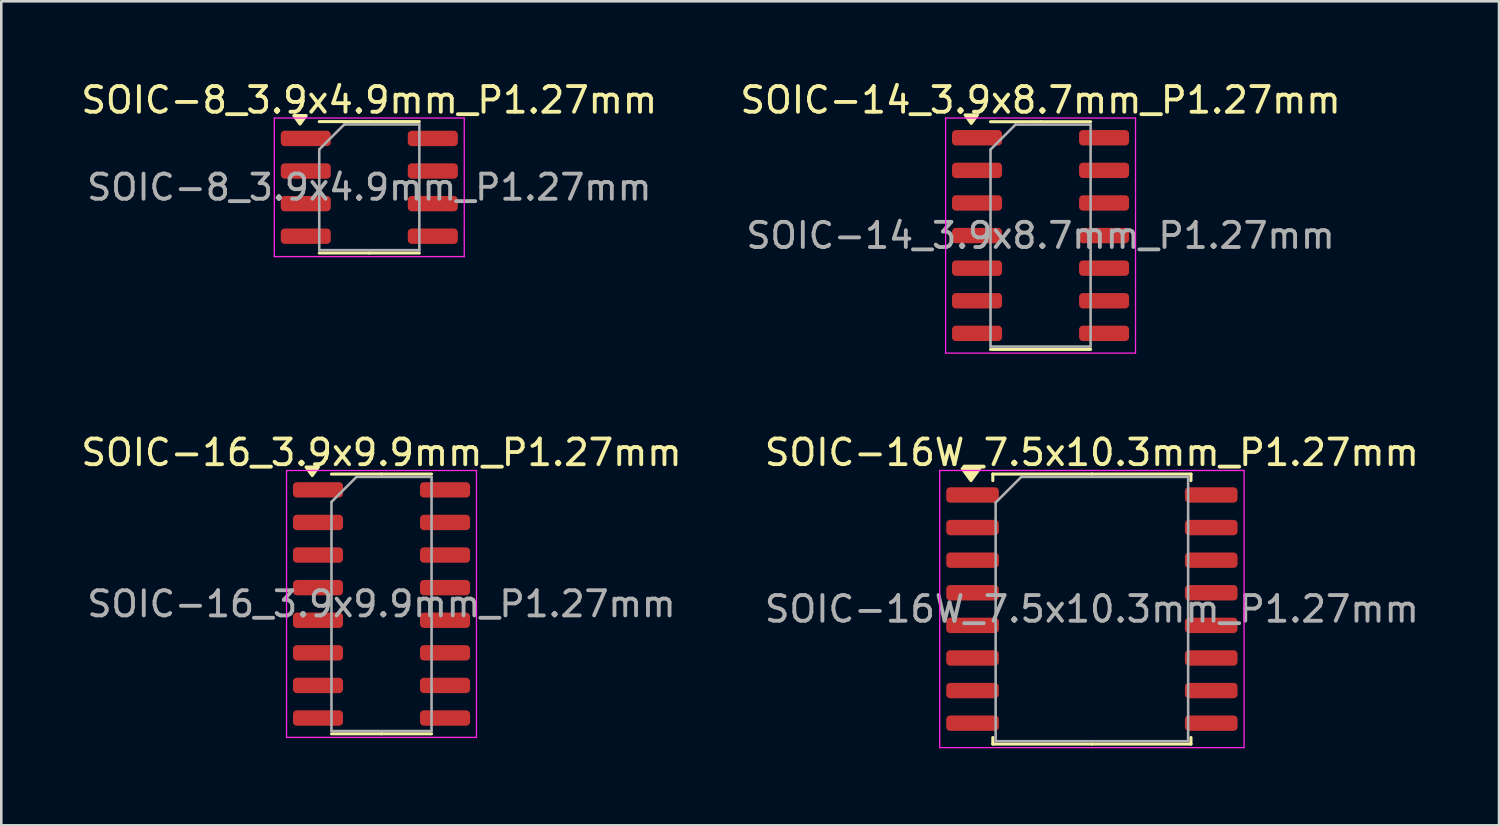
<source format=kicad_pcb>
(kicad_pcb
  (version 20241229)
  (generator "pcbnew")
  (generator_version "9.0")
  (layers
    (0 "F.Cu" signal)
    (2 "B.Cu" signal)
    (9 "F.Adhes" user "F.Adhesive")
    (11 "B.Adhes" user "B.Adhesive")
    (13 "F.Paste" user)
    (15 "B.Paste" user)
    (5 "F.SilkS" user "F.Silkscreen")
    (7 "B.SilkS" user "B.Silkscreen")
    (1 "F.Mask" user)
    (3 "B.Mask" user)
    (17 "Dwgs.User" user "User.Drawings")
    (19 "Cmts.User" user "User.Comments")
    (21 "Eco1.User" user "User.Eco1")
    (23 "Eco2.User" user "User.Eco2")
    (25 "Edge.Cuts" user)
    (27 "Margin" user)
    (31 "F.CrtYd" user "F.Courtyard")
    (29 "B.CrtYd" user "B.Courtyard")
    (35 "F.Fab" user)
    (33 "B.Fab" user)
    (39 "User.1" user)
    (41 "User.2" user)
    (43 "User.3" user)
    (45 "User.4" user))
  (footprint "SOIC-16_3.9x9.9mm_P1.27mm"
    (layer "F.Cu")
    (at 11.815 20.482)
    (property "Reference" "SOIC-16_3.9x9.9mm_P1.27mm" (at 0 -5.9 0) (layer "F.SilkS") (effects (font (size 1 1) (thickness 0.15))))
    (attr smd)
    (fp_line (start 0 -5.06) (end -1.95 -5.06) (stroke (width 0.12) (type solid)) (layer "F.SilkS"))
    (fp_line (start 0 -5.06) (end 1.95 -5.06) (stroke (width 0.12) (type solid)) (layer "F.SilkS"))
    (fp_line (start 0 5.06) (end -1.95 5.06) (stroke (width 0.12) (type solid)) (layer "F.SilkS"))
    (fp_line (start 0 5.06) (end 1.95 5.06) (stroke (width 0.12) (type solid)) (layer "F.SilkS"))
    (fp_poly (pts (xy -2.7 -5.005) (xy -2.94 -5.335) (xy -2.46 -5.335) (xy -2.7 -5.005)) (stroke (width 0.12) (type solid)) (fill yes) (layer "F.SilkS"))
    (fp_line (start -3.7 -5.2) (end -3.7 5.2) (stroke (width 0.05) (type solid)) (layer "F.CrtYd"))
    (fp_line (start -3.7 5.2) (end 3.7 5.2) (stroke (width 0.05) (type solid)) (layer "F.CrtYd"))
    (fp_line (start 3.7 -5.2) (end -3.7 -5.2) (stroke (width 0.05) (type solid)) (layer "F.CrtYd"))
    (fp_line (start 3.7 5.2) (end 3.7 -5.2) (stroke (width 0.05) (type solid)) (layer "F.CrtYd"))
    (fp_line (start -1.95 -3.975) (end -0.975 -4.95) (stroke (width 0.1) (type solid)) (layer "F.Fab"))
    (fp_line (start -1.95 4.95) (end -1.95 -3.975) (stroke (width 0.1) (type solid)) (layer "F.Fab"))
    (fp_line (start -0.975 -4.95) (end 1.95 -4.95) (stroke (width 0.1) (type solid)) (layer "F.Fab"))
    (fp_line (start 1.95 -4.95) (end 1.95 4.95) (stroke (width 0.1) (type solid)) (layer "F.Fab"))
    (fp_line (start 1.95 4.95) (end -1.95 4.95) (stroke (width 0.1) (type solid)) (layer "F.Fab"))
    (fp_text user "${REFERENCE}" (at 0 0 0) (layer "F.Fab") (effects (font (size 0.98 0.98) (thickness 0.15))))
    (pad "1" smd roundrect (at -2.475 -4.445) (size 1.95 0.6) (layers "F.Cu" "F.Mask" "F.Paste") (roundrect_rratio 0.25))
    (pad "2" smd roundrect (at -2.475 -3.175) (size 1.95 0.6) (layers "F.Cu" "F.Mask" "F.Paste") (roundrect_rratio 0.25))
    (pad "3" smd roundrect (at -2.475 -1.905) (size 1.95 0.6) (layers "F.Cu" "F.Mask" "F.Paste") (roundrect_rratio 0.25))
    (pad "4" smd roundrect (at -2.475 -0.635) (size 1.95 0.6) (layers "F.Cu" "F.Mask" "F.Paste") (roundrect_rratio 0.25))
    (pad "5" smd roundrect (at -2.475 0.635) (size 1.95 0.6) (layers "F.Cu" "F.Mask" "F.Paste") (roundrect_rratio 0.25))
    (pad "6" smd roundrect (at -2.475 1.905) (size 1.95 0.6) (layers "F.Cu" "F.Mask" "F.Paste") (roundrect_rratio 0.25))
    (pad "7" smd roundrect (at -2.475 3.175) (size 1.95 0.6) (layers "F.Cu" "F.Mask" "F.Paste") (roundrect_rratio 0.25))
    (pad "8" smd roundrect (at -2.475 4.445) (size 1.95 0.6) (layers "F.Cu" "F.Mask" "F.Paste") (roundrect_rratio 0.25))
    (pad "9" smd roundrect (at 2.475 4.445) (size 1.95 0.6) (layers "F.Cu" "F.Mask" "F.Paste") (roundrect_rratio 0.25))
    (pad "10" smd roundrect (at 2.475 3.175) (size 1.95 0.6) (layers "F.Cu" "F.Mask" "F.Paste") (roundrect_rratio 0.25))
    (pad "11" smd roundrect (at 2.475 1.905) (size 1.95 0.6) (layers "F.Cu" "F.Mask" "F.Paste") (roundrect_rratio 0.25))
    (pad "12" smd roundrect (at 2.475 0.635) (size 1.95 0.6) (layers "F.Cu" "F.Mask" "F.Paste") (roundrect_rratio 0.25))
    (pad "13" smd roundrect (at 2.475 -0.635) (size 1.95 0.6) (layers "F.Cu" "F.Mask" "F.Paste") (roundrect_rratio 0.25))
    (pad "14" smd roundrect (at 2.475 -1.905) (size 1.95 0.6) (layers "F.Cu" "F.Mask" "F.Paste") (roundrect_rratio 0.25))
    (pad "15" smd roundrect (at 2.475 -3.175) (size 1.95 0.6) (layers "F.Cu" "F.Mask" "F.Paste") (roundrect_rratio 0.25))
    (pad "16" smd roundrect (at 2.475 -4.445) (size 1.95 0.6) (layers "F.Cu" "F.Mask" "F.Paste") (roundrect_rratio 0.25)))
  (footprint "SOIC-16W_7.5x10.3mm_P1.27mm"
    (layer "F.Cu")
    (at 39.494 20.681)
    (property "Reference" "SOIC-16W_7.5x10.3mm_P1.27mm" (at 0 -6.1 0) (layer "F.SilkS") (effects (font (size 1 1) (thickness 0.15))))
    (attr smd)
    (fp_line (start -3.86 -5.26) (end -3.86 -5.005) (stroke (width 0.12) (type solid)) (layer "F.SilkS"))
    (fp_line (start -3.86 5.26) (end -3.86 5.005) (stroke (width 0.12) (type solid)) (layer "F.SilkS"))
    (fp_line (start 0 -5.26) (end -3.86 -5.26) (stroke (width 0.12) (type solid)) (layer "F.SilkS"))
    (fp_line (start 0 -5.26) (end 3.86 -5.26) (stroke (width 0.12) (type solid)) (layer "F.SilkS"))
    (fp_line (start 0 5.26) (end -3.86 5.26) (stroke (width 0.12) (type solid)) (layer "F.SilkS"))
    (fp_line (start 0 5.26) (end 3.86 5.26) (stroke (width 0.12) (type solid)) (layer "F.SilkS"))
    (fp_line (start 3.86 -5.26) (end 3.86 -5.005) (stroke (width 0.12) (type solid)) (layer "F.SilkS"))
    (fp_line (start 3.86 5.26) (end 3.86 5.005) (stroke (width 0.12) (type solid)) (layer "F.SilkS"))
    (fp_poly (pts (xy -4.713 -5.005) (xy -5.053 -5.475) (xy -4.372 -5.475) (xy -4.713 -5.005)) (stroke (width 0.12) (type solid)) (fill yes) (layer "F.SilkS"))
    (fp_line (start -5.93 -5.4) (end -5.93 5.4) (stroke (width 0.05) (type solid)) (layer "F.CrtYd"))
    (fp_line (start -5.93 5.4) (end 5.93 5.4) (stroke (width 0.05) (type solid)) (layer "F.CrtYd"))
    (fp_line (start 5.93 -5.4) (end -5.93 -5.4) (stroke (width 0.05) (type solid)) (layer "F.CrtYd"))
    (fp_line (start 5.93 5.4) (end 5.93 -5.4) (stroke (width 0.05) (type solid)) (layer "F.CrtYd"))
    (fp_line (start -3.75 -4.15) (end -2.75 -5.15) (stroke (width 0.1) (type solid)) (layer "F.Fab"))
    (fp_line (start -3.75 5.15) (end -3.75 -4.15) (stroke (width 0.1) (type solid)) (layer "F.Fab"))
    (fp_line (start -2.75 -5.15) (end 3.75 -5.15) (stroke (width 0.1) (type solid)) (layer "F.Fab"))
    (fp_line (start 3.75 -5.15) (end 3.75 5.15) (stroke (width 0.1) (type solid)) (layer "F.Fab"))
    (fp_line (start 3.75 5.15) (end -3.75 5.15) (stroke (width 0.1) (type solid)) (layer "F.Fab"))
    (fp_text user "${REFERENCE}" (at 0 0 0) (layer "F.Fab") (effects (font (size 1 1) (thickness 0.15))))
    (pad "1" smd roundrect (at -4.65 -4.445) (size 2.05 0.6) (layers "F.Cu" "F.Mask" "F.Paste") (roundrect_rratio 0.25))
    (pad "2" smd roundrect (at -4.65 -3.175) (size 2.05 0.6) (layers "F.Cu" "F.Mask" "F.Paste") (roundrect_rratio 0.25))
    (pad "3" smd roundrect (at -4.65 -1.905) (size 2.05 0.6) (layers "F.Cu" "F.Mask" "F.Paste") (roundrect_rratio 0.25))
    (pad "4" smd roundrect (at -4.65 -0.635) (size 2.05 0.6) (layers "F.Cu" "F.Mask" "F.Paste") (roundrect_rratio 0.25))
    (pad "5" smd roundrect (at -4.65 0.635) (size 2.05 0.6) (layers "F.Cu" "F.Mask" "F.Paste") (roundrect_rratio 0.25))
    (pad "6" smd roundrect (at -4.65 1.905) (size 2.05 0.6) (layers "F.Cu" "F.Mask" "F.Paste") (roundrect_rratio 0.25))
    (pad "7" smd roundrect (at -4.65 3.175) (size 2.05 0.6) (layers "F.Cu" "F.Mask" "F.Paste") (roundrect_rratio 0.25))
    (pad "8" smd roundrect (at -4.65 4.445) (size 2.05 0.6) (layers "F.Cu" "F.Mask" "F.Paste") (roundrect_rratio 0.25))
    (pad "9" smd roundrect (at 4.65 4.445) (size 2.05 0.6) (layers "F.Cu" "F.Mask" "F.Paste") (roundrect_rratio 0.25))
    (pad "10" smd roundrect (at 4.65 3.175) (size 2.05 0.6) (layers "F.Cu" "F.Mask" "F.Paste") (roundrect_rratio 0.25))
    (pad "11" smd roundrect (at 4.65 1.905) (size 2.05 0.6) (layers "F.Cu" "F.Mask" "F.Paste") (roundrect_rratio 0.25))
    (pad "12" smd roundrect (at 4.65 0.635) (size 2.05 0.6) (layers "F.Cu" "F.Mask" "F.Paste") (roundrect_rratio 0.25))
    (pad "13" smd roundrect (at 4.65 -0.635) (size 2.05 0.6) (layers "F.Cu" "F.Mask" "F.Paste") (roundrect_rratio 0.25))
    (pad "14" smd roundrect (at 4.65 -1.905) (size 2.05 0.6) (layers "F.Cu" "F.Mask" "F.Paste") (roundrect_rratio 0.25))
    (pad "15" smd roundrect (at 4.65 -3.175) (size 2.05 0.6) (layers "F.Cu" "F.Mask" "F.Paste") (roundrect_rratio 0.25))
    (pad "16" smd roundrect (at 4.65 -4.445) (size 2.05 0.6) (layers "F.Cu" "F.Mask" "F.Paste") (roundrect_rratio 0.25)))
  (footprint "SOIC-14_3.9x8.7mm_P1.27mm"
    (layer "F.Cu")
    (at 37.494 6.128)
    (property "Reference" "SOIC-14_3.9x8.7mm_P1.27mm" (at 0 -5.28 0) (layer "F.SilkS") (effects (font (size 1 1) (thickness 0.15))))
    (attr smd)
    (fp_line (start 0 -4.435) (end -1.95 -4.435) (stroke (width 0.12) (type solid)) (layer "F.SilkS"))
    (fp_line (start 0 -4.435) (end 1.95 -4.435) (stroke (width 0.12) (type solid)) (layer "F.SilkS"))
    (fp_line (start 0 4.435) (end -1.95 4.435) (stroke (width 0.12) (type solid)) (layer "F.SilkS"))
    (fp_line (start 0 4.435) (end 1.95 4.435) (stroke (width 0.12) (type solid)) (layer "F.SilkS"))
    (fp_poly (pts (xy -2.7 -4.37) (xy -2.94 -4.7) (xy -2.46 -4.7) (xy -2.7 -4.37)) (stroke (width 0.12) (type solid)) (fill yes) (layer "F.SilkS"))
    (fp_line (start -3.7 -4.58) (end -3.7 4.58) (stroke (width 0.05) (type solid)) (layer "F.CrtYd"))
    (fp_line (start -3.7 4.58) (end 3.7 4.58) (stroke (width 0.05) (type solid)) (layer "F.CrtYd"))
    (fp_line (start 3.7 -4.58) (end -3.7 -4.58) (stroke (width 0.05) (type solid)) (layer "F.CrtYd"))
    (fp_line (start 3.7 4.58) (end 3.7 -4.58) (stroke (width 0.05) (type solid)) (layer "F.CrtYd"))
    (fp_line (start -1.95 -3.35) (end -0.975 -4.325) (stroke (width 0.1) (type solid)) (layer "F.Fab"))
    (fp_line (start -1.95 4.325) (end -1.95 -3.35) (stroke (width 0.1) (type solid)) (layer "F.Fab"))
    (fp_line (start -0.975 -4.325) (end 1.95 -4.325) (stroke (width 0.1) (type solid)) (layer "F.Fab"))
    (fp_line (start 1.95 -4.325) (end 1.95 4.325) (stroke (width 0.1) (type solid)) (layer "F.Fab"))
    (fp_line (start 1.95 4.325) (end -1.95 4.325) (stroke (width 0.1) (type solid)) (layer "F.Fab"))
    (fp_text user "${REFERENCE}" (at 0 0 0) (layer "F.Fab") (effects (font (size 0.98 0.98) (thickness 0.15))))
    (pad "1" smd roundrect (at -2.475 -3.81) (size 1.95 0.6) (layers "F.Cu" "F.Mask" "F.Paste") (roundrect_rratio 0.25))
    (pad "2" smd roundrect (at -2.475 -2.54) (size 1.95 0.6) (layers "F.Cu" "F.Mask" "F.Paste") (roundrect_rratio 0.25))
    (pad "3" smd roundrect (at -2.475 -1.27) (size 1.95 0.6) (layers "F.Cu" "F.Mask" "F.Paste") (roundrect_rratio 0.25))
    (pad "4" smd roundrect (at -2.475 0) (size 1.95 0.6) (layers "F.Cu" "F.Mask" "F.Paste") (roundrect_rratio 0.25))
    (pad "5" smd roundrect (at -2.475 1.27) (size 1.95 0.6) (layers "F.Cu" "F.Mask" "F.Paste") (roundrect_rratio 0.25))
    (pad "6" smd roundrect (at -2.475 2.54) (size 1.95 0.6) (layers "F.Cu" "F.Mask" "F.Paste") (roundrect_rratio 0.25))
    (pad "7" smd roundrect (at -2.475 3.81) (size 1.95 0.6) (layers "F.Cu" "F.Mask" "F.Paste") (roundrect_rratio 0.25))
    (pad "8" smd roundrect (at 2.475 3.81) (size 1.95 0.6) (layers "F.Cu" "F.Mask" "F.Paste") (roundrect_rratio 0.25))
    (pad "9" smd roundrect (at 2.475 2.54) (size 1.95 0.6) (layers "F.Cu" "F.Mask" "F.Paste") (roundrect_rratio 0.25))
    (pad "10" smd roundrect (at 2.475 1.27) (size 1.95 0.6) (layers "F.Cu" "F.Mask" "F.Paste") (roundrect_rratio 0.25))
    (pad "11" smd roundrect (at 2.475 0) (size 1.95 0.6) (layers "F.Cu" "F.Mask" "F.Paste") (roundrect_rratio 0.25))
    (pad "12" smd roundrect (at 2.475 -1.27) (size 1.95 0.6) (layers "F.Cu" "F.Mask" "F.Paste") (roundrect_rratio 0.25))
    (pad "13" smd roundrect (at 2.475 -2.54) (size 1.95 0.6) (layers "F.Cu" "F.Mask" "F.Paste") (roundrect_rratio 0.25))
    (pad "14" smd roundrect (at 2.475 -3.81) (size 1.95 0.6) (layers "F.Cu" "F.Mask" "F.Paste") (roundrect_rratio 0.25)))
  (footprint "SOIC-8_3.9x4.9mm_P1.27mm"
    (layer "F.Cu")
    (at 11.339 4.248)
    (property "Reference" "SOIC-8_3.9x4.9mm_P1.27mm" (at 0 -3.4 0) (layer "F.SilkS") (effects (font (size 1 1) (thickness 0.15))))
    (attr smd)
    (fp_line (start 0 -2.56) (end -1.95 -2.56) (stroke (width 0.12) (type solid)) (layer "F.SilkS"))
    (fp_line (start 0 -2.56) (end 1.95 -2.56) (stroke (width 0.12) (type solid)) (layer "F.SilkS"))
    (fp_line (start 0 2.56) (end -1.95 2.56) (stroke (width 0.12) (type solid)) (layer "F.SilkS"))
    (fp_line (start 0 2.56) (end 1.95 2.56) (stroke (width 0.12) (type solid)) (layer "F.SilkS"))
    (fp_poly (pts (xy -2.7 -2.465) (xy -2.94 -2.795) (xy -2.46 -2.795) (xy -2.7 -2.465)) (stroke (width 0.12) (type solid)) (fill yes) (layer "F.SilkS"))
    (fp_line (start -3.7 -2.7) (end -3.7 2.7) (stroke (width 0.05) (type solid)) (layer "F.CrtYd"))
    (fp_line (start -3.7 2.7) (end 3.7 2.7) (stroke (width 0.05) (type solid)) (layer "F.CrtYd"))
    (fp_line (start 3.7 -2.7) (end -3.7 -2.7) (stroke (width 0.05) (type solid)) (layer "F.CrtYd"))
    (fp_line (start 3.7 2.7) (end 3.7 -2.7) (stroke (width 0.05) (type solid)) (layer "F.CrtYd"))
    (fp_line (start -1.95 -1.475) (end -0.975 -2.45) (stroke (width 0.1) (type solid)) (layer "F.Fab"))
    (fp_line (start -1.95 2.45) (end -1.95 -1.475) (stroke (width 0.1) (type solid)) (layer "F.Fab"))
    (fp_line (start -0.975 -2.45) (end 1.95 -2.45) (stroke (width 0.1) (type solid)) (layer "F.Fab"))
    (fp_line (start 1.95 -2.45) (end 1.95 2.45) (stroke (width 0.1) (type solid)) (layer "F.Fab"))
    (fp_line (start 1.95 2.45) (end -1.95 2.45) (stroke (width 0.1) (type solid)) (layer "F.Fab"))
    (fp_text user "${REFERENCE}" (at 0 0 0) (layer "F.Fab") (effects (font (size 0.98 0.98) (thickness 0.15))))
    (pad "1" smd roundrect (at -2.475 -1.905) (size 1.95 0.6) (layers "F.Cu" "F.Mask" "F.Paste") (roundrect_rratio 0.25))
    (pad "2" smd roundrect (at -2.475 -0.635) (size 1.95 0.6) (layers "F.Cu" "F.Mask" "F.Paste") (roundrect_rratio 0.25))
    (pad "3" smd roundrect (at -2.475 0.635) (size 1.95 0.6) (layers "F.Cu" "F.Mask" "F.Paste") (roundrect_rratio 0.25))
    (pad "4" smd roundrect (at -2.475 1.905) (size 1.95 0.6) (layers "F.Cu" "F.Mask" "F.Paste") (roundrect_rratio 0.25))
    (pad "5" smd roundrect (at 2.475 1.905) (size 1.95 0.6) (layers "F.Cu" "F.Mask" "F.Paste") (roundrect_rratio 0.25))
    (pad "6" smd roundrect (at 2.475 0.635) (size 1.95 0.6) (layers "F.Cu" "F.Mask" "F.Paste") (roundrect_rratio 0.25))
    (pad "7" smd roundrect (at 2.475 -0.635) (size 1.95 0.6) (layers "F.Cu" "F.Mask" "F.Paste") (roundrect_rratio 0.25))
    (pad "8" smd roundrect (at 2.475 -1.905) (size 1.95 0.6) (layers "F.Cu" "F.Mask" "F.Paste") (roundrect_rratio 0.25)))
  (gr_rect
    (start -3 -3)
    (end 55.357 29.107)
    (stroke (width 0.1) (type default))
    (fill no)
    (layer "Edge.Cuts")))
</source>
